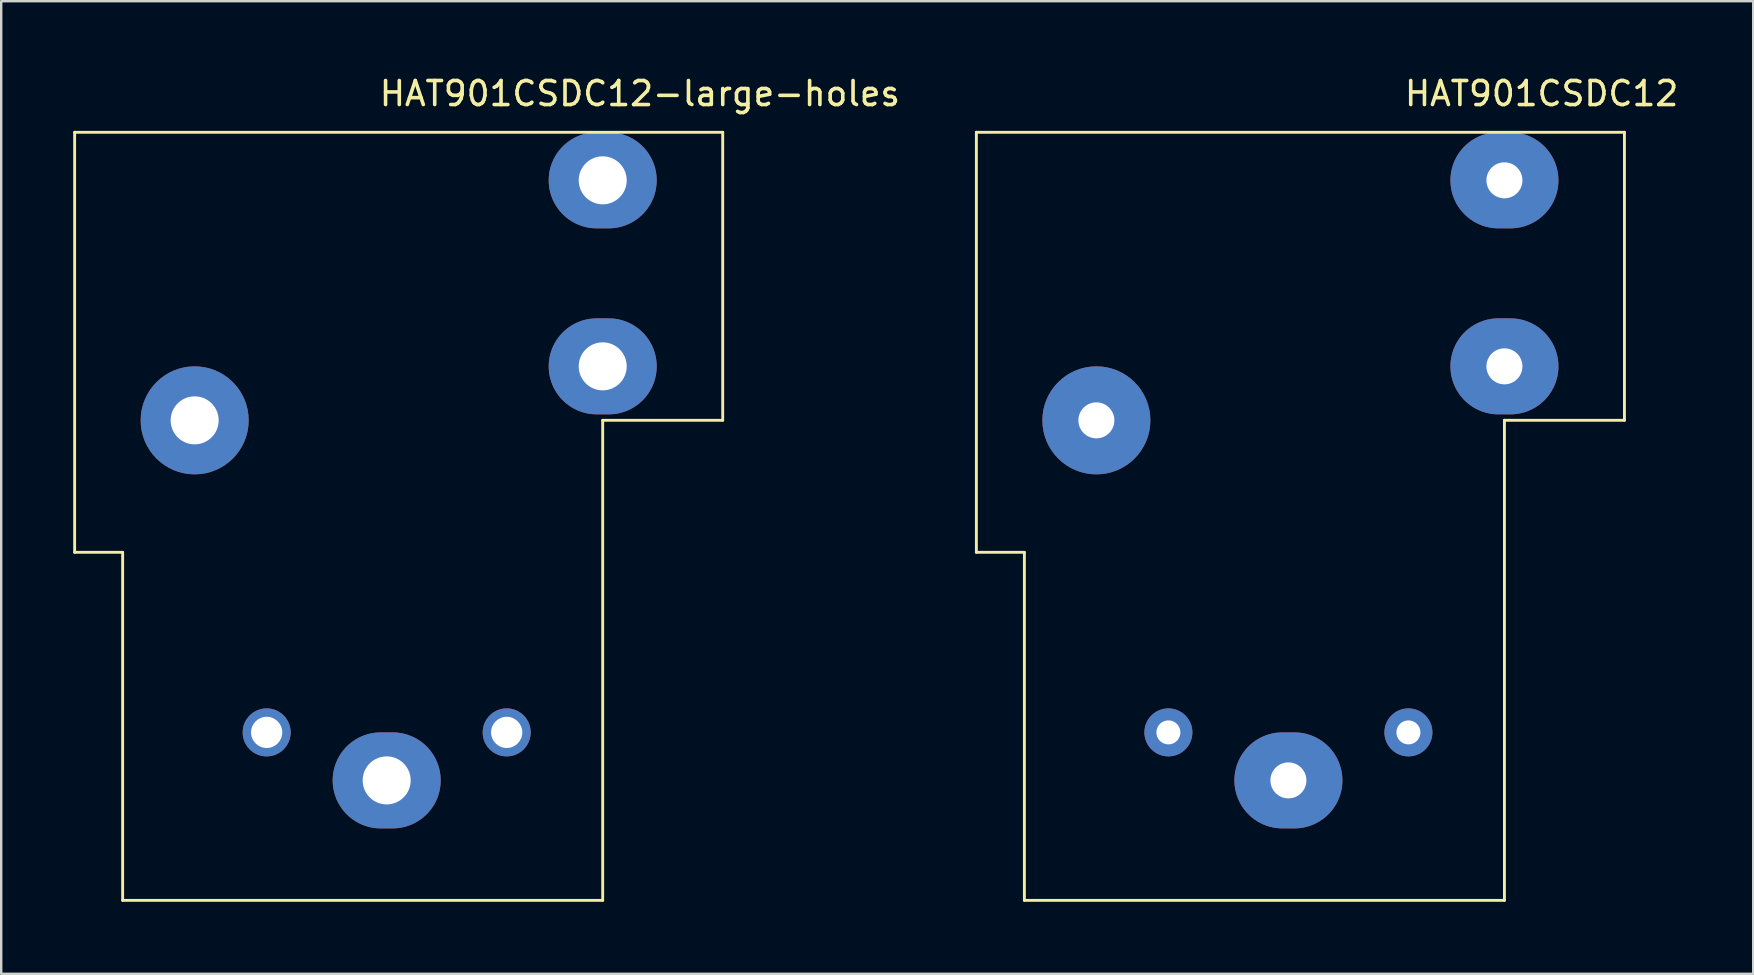
<source format=kicad_pcb>
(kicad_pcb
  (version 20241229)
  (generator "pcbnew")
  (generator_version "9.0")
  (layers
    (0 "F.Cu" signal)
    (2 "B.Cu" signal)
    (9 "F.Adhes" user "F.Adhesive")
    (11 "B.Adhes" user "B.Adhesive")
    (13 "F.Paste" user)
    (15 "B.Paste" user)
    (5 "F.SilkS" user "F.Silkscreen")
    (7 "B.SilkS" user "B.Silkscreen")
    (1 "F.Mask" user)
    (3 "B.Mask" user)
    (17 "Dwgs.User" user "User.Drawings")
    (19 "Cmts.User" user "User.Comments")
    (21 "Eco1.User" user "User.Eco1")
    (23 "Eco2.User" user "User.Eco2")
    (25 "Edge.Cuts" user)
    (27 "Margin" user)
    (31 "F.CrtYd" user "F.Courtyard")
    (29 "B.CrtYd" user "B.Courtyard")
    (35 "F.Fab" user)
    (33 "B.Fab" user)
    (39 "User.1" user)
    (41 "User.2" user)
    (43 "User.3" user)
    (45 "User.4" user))
  (footprint "HAT901CSDC12"
    (layer "F.Cu")
    (at 59.628 4.463)
    (property "Reference" "HAT901CSDC12" (at 1.549 -3.614 0) (layer "F.SilkS") (effects (font (size 1 1) (thickness 0.15))))
    (attr through_hole)
    (fp_line (start -22 -2.002) (end -22 15.498) (stroke (width 0.12) (type solid)) (layer "F.SilkS"))
    (fp_line (start -22 15.498) (end -20 15.498) (stroke (width 0.12) (type solid)) (layer "F.SilkS"))
    (fp_line (start -20 15.498) (end -20 29.998) (stroke (width 0.12) (type solid)) (layer "F.SilkS"))
    (fp_line (start -20 29.998) (end 0 29.998) (stroke (width 0.12) (type solid)) (layer "F.SilkS"))
    (fp_line (start 0 9.998) (end 0 29.998) (stroke (width 0.12) (type solid)) (layer "F.SilkS"))
    (fp_line (start 5 -2.002) (end -22 -2.002) (stroke (width 0.12) (type solid)) (layer "F.SilkS"))
    (fp_line (start 5 -2.002) (end 5 9.998) (stroke (width 0.12) (type solid)) (layer "F.SilkS"))
    (fp_line (start 5 9.998) (end 0 9.998) (stroke (width 0.12) (type solid)) (layer "F.SilkS"))
    (pad "1" thru_hole circle (at -17 10) (size 4.5 4.5) (drill 1.5) (layers "*.Cu" "*.Mask"))
    (pad "2" thru_hole circle (at -14 23) (size 2 2) (drill 1) (layers "*.Cu" "*.Mask"))
    (pad "3" thru_hole circle (at -4 23) (size 2 2) (drill 1) (layers "*.Cu" "*.Mask"))
    (pad "4" thru_hole oval (at 0 7.75) (size 4.5 4) (drill oval 1.5) (layers "*.Cu" "*.Mask"))
    (pad "5" thru_hole oval (at 0 0) (size 4.5 4) (drill oval 1.5) (layers "*.Cu" "*.Mask"))
    (pad "6" thru_hole oval (at -9 25) (size 4.5 4) (drill 1.5) (layers "*.Cu" "*.Mask")))
  (footprint "HAT901CSDC12-large-holes"
    (layer "F.Cu")
    (at 22.06 4.463)
    (property "Reference" "HAT901CSDC12-large-holes" (at 1.549 -3.614 0) (layer "F.SilkS") (effects (font (size 1 1) (thickness 0.15))))
    (attr through_hole)
    (fp_line (start -22 -2.002) (end -22 15.498) (stroke (width 0.12) (type solid)) (layer "F.SilkS"))
    (fp_line (start -22 15.498) (end -20 15.498) (stroke (width 0.12) (type solid)) (layer "F.SilkS"))
    (fp_line (start -20 15.498) (end -20 29.998) (stroke (width 0.12) (type solid)) (layer "F.SilkS"))
    (fp_line (start -20 29.998) (end 0 29.998) (stroke (width 0.12) (type solid)) (layer "F.SilkS"))
    (fp_line (start 0 9.998) (end 0 29.998) (stroke (width 0.12) (type solid)) (layer "F.SilkS"))
    (fp_line (start 5 -2.002) (end -22 -2.002) (stroke (width 0.12) (type solid)) (layer "F.SilkS"))
    (fp_line (start 5 -2.002) (end 5 9.998) (stroke (width 0.12) (type solid)) (layer "F.SilkS"))
    (fp_line (start 5 9.998) (end 0 9.998) (stroke (width 0.12) (type solid)) (layer "F.SilkS"))
    (pad "1" thru_hole circle (at -17 10) (size 4.5 4.5) (drill 2) (layers "*.Cu" "*.Mask"))
    (pad "2" thru_hole circle (at -14 23) (size 2 2) (drill 1.3) (layers "*.Cu" "*.Mask"))
    (pad "3" thru_hole circle (at -4 23) (size 2 2) (drill 1.3) (layers "*.Cu" "*.Mask"))
    (pad "4" thru_hole oval (at 0 7.75) (size 4.5 4) (drill oval 2) (layers "*.Cu" "*.Mask"))
    (pad "5" thru_hole oval (at 0 0) (size 4.5 4) (drill oval 2) (layers "*.Cu" "*.Mask"))
    (pad "6" thru_hole oval (at -9 25) (size 4.5 4) (drill 2) (layers "*.Cu" "*.Mask")))
  (gr_rect
    (start -3 -3)
    (end 69.993 37.521)
    (stroke (width 0.1) (type default))
    (fill no)
    (layer "Edge.Cuts")))
</source>
